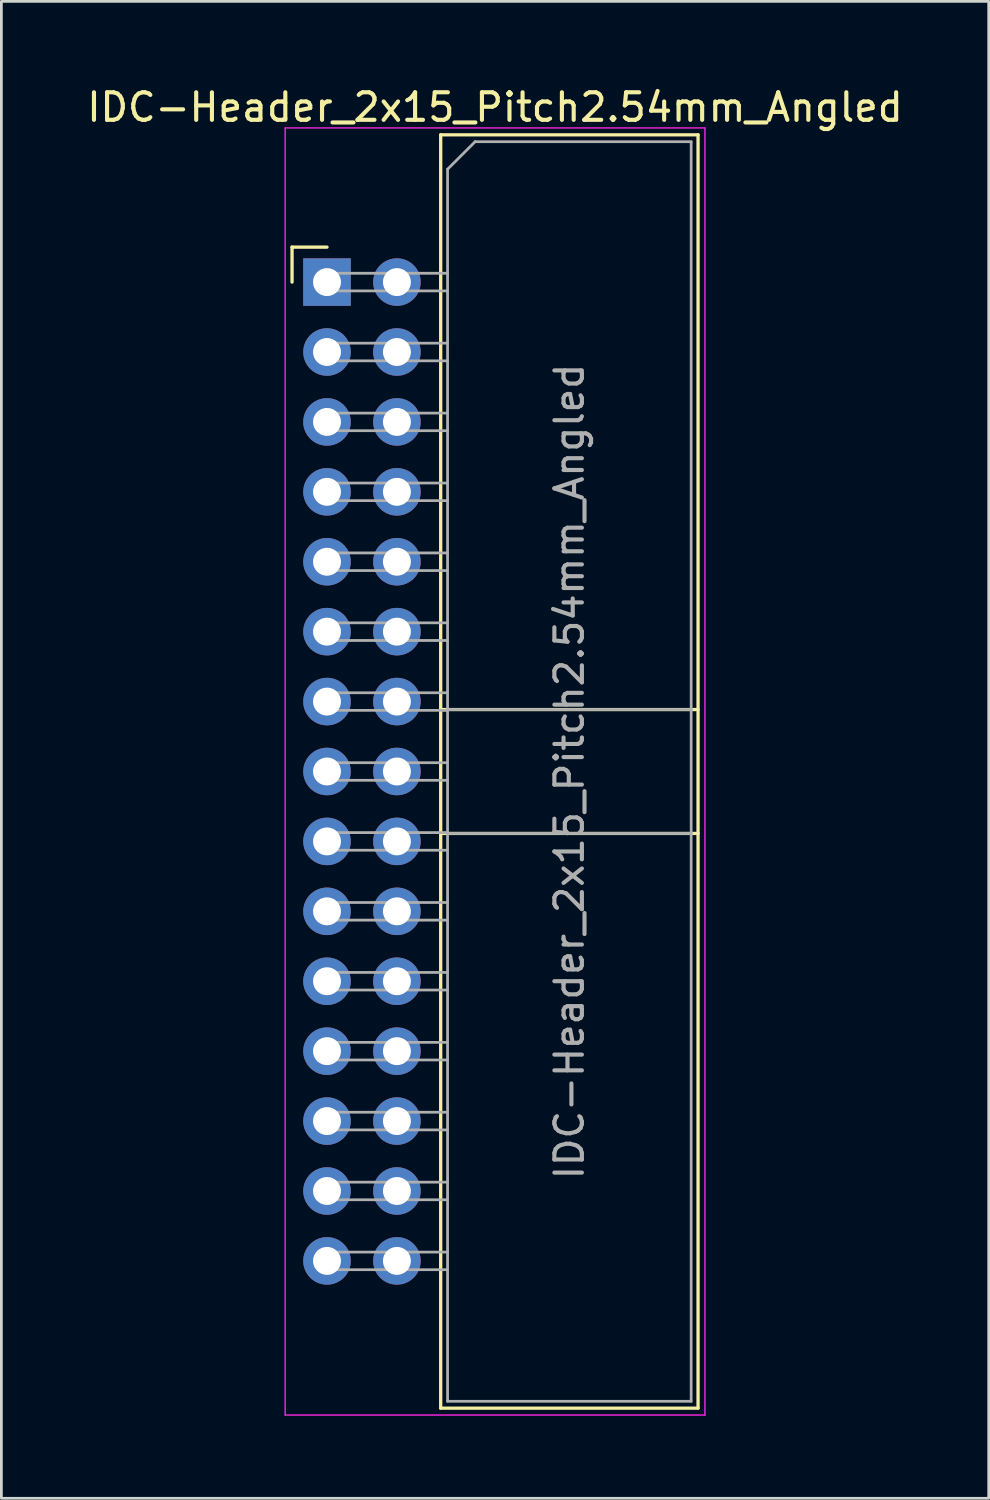
<source format=kicad_pcb>
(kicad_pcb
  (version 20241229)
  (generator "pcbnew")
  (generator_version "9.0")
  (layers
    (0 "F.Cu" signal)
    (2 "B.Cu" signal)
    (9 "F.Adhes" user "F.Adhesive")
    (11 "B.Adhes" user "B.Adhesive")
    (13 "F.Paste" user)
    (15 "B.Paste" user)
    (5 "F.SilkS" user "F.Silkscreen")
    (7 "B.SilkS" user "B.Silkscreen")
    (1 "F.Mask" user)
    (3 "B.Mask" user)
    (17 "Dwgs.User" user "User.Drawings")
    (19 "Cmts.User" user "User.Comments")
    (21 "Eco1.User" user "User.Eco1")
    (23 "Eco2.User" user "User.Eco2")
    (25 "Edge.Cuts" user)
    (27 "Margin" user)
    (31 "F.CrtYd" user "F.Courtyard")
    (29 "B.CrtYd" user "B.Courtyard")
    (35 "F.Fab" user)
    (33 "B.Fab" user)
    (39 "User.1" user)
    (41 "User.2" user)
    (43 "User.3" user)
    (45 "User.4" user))
  (footprint "IDC-Header_2x15_Pitch2.54mm_Angled"
    (layer "F.Cu")
    (at 8.83 7.198)
    (property "Reference" "IDC-Header_2x15_Pitch2.54mm_Angled" (at 6.105 -6.35 0) (layer "F.SilkS") (effects (font (size 1 1) (thickness 0.15))))
    (attr through_hole)
    (fp_line (start -1.27 -1.27) (end -1.27 0) (stroke (width 0.12) (type solid)) (layer "F.SilkS"))
    (fp_line (start 0 -1.27) (end -1.27 -1.27) (stroke (width 0.12) (type solid)) (layer "F.SilkS"))
    (fp_line (start 4.13 -5.35) (end 13.48 -5.35) (stroke (width 0.12) (type solid)) (layer "F.SilkS"))
    (fp_line (start 4.13 15.53) (end 13.48 15.53) (stroke (width 0.12) (type solid)) (layer "F.SilkS"))
    (fp_line (start 4.13 20.03) (end 13.48 20.03) (stroke (width 0.12) (type solid)) (layer "F.SilkS"))
    (fp_line (start 4.13 40.91) (end 4.13 -5.35) (stroke (width 0.12) (type solid)) (layer "F.SilkS"))
    (fp_line (start 4.13 40.91) (end 13.48 40.91) (stroke (width 0.12) (type solid)) (layer "F.SilkS"))
    (fp_line (start 13.48 -5.35) (end 13.48 40.91) (stroke (width 0.12) (type solid)) (layer "F.SilkS"))
    (fp_line (start -1.52 -5.6) (end 13.73 -5.6) (stroke (width 0.05) (type solid)) (layer "F.CrtYd"))
    (fp_line (start -1.52 41.16) (end -1.52 -5.6) (stroke (width 0.05) (type solid)) (layer "F.CrtYd"))
    (fp_line (start 13.73 -5.6) (end 13.73 41.16) (stroke (width 0.05) (type solid)) (layer "F.CrtYd"))
    (fp_line (start 13.73 41.16) (end -1.52 41.16) (stroke (width 0.05) (type solid)) (layer "F.CrtYd"))
    (fp_line (start -0.32 -0.32) (end -0.32 0.32) (stroke (width 0.1) (type solid)) (layer "F.Fab"))
    (fp_line (start -0.32 0.32) (end 4.38 0.32) (stroke (width 0.1) (type solid)) (layer "F.Fab"))
    (fp_line (start -0.32 2.22) (end -0.32 2.86) (stroke (width 0.1) (type solid)) (layer "F.Fab"))
    (fp_line (start -0.32 2.86) (end 4.38 2.86) (stroke (width 0.1) (type solid)) (layer "F.Fab"))
    (fp_line (start -0.32 4.76) (end -0.32 5.4) (stroke (width 0.1) (type solid)) (layer "F.Fab"))
    (fp_line (start -0.32 5.4) (end 4.38 5.4) (stroke (width 0.1) (type solid)) (layer "F.Fab"))
    (fp_line (start -0.32 7.3) (end -0.32 7.94) (stroke (width 0.1) (type solid)) (layer "F.Fab"))
    (fp_line (start -0.32 7.94) (end 4.38 7.94) (stroke (width 0.1) (type solid)) (layer "F.Fab"))
    (fp_line (start -0.32 9.84) (end -0.32 10.48) (stroke (width 0.1) (type solid)) (layer "F.Fab"))
    (fp_line (start -0.32 10.48) (end 4.38 10.48) (stroke (width 0.1) (type solid)) (layer "F.Fab"))
    (fp_line (start -0.32 12.38) (end -0.32 13.02) (stroke (width 0.1) (type solid)) (layer "F.Fab"))
    (fp_line (start -0.32 13.02) (end 4.38 13.02) (stroke (width 0.1) (type solid)) (layer "F.Fab"))
    (fp_line (start -0.32 14.92) (end -0.32 15.56) (stroke (width 0.1) (type solid)) (layer "F.Fab"))
    (fp_line (start -0.32 15.56) (end 4.38 15.56) (stroke (width 0.1) (type solid)) (layer "F.Fab"))
    (fp_line (start -0.32 17.46) (end -0.32 18.1) (stroke (width 0.1) (type solid)) (layer "F.Fab"))
    (fp_line (start -0.32 18.1) (end 4.38 18.1) (stroke (width 0.1) (type solid)) (layer "F.Fab"))
    (fp_line (start -0.32 20) (end -0.32 20.64) (stroke (width 0.1) (type solid)) (layer "F.Fab"))
    (fp_line (start -0.32 20.64) (end 4.38 20.64) (stroke (width 0.1) (type solid)) (layer "F.Fab"))
    (fp_line (start -0.32 22.54) (end -0.32 23.18) (stroke (width 0.1) (type solid)) (layer "F.Fab"))
    (fp_line (start -0.32 23.18) (end 4.38 23.18) (stroke (width 0.1) (type solid)) (layer "F.Fab"))
    (fp_line (start -0.32 25.08) (end -0.32 25.72) (stroke (width 0.1) (type solid)) (layer "F.Fab"))
    (fp_line (start -0.32 25.72) (end 4.38 25.72) (stroke (width 0.1) (type solid)) (layer "F.Fab"))
    (fp_line (start -0.32 27.62) (end -0.32 28.26) (stroke (width 0.1) (type solid)) (layer "F.Fab"))
    (fp_line (start -0.32 28.26) (end 4.38 28.26) (stroke (width 0.1) (type solid)) (layer "F.Fab"))
    (fp_line (start -0.32 30.16) (end -0.32 30.8) (stroke (width 0.1) (type solid)) (layer "F.Fab"))
    (fp_line (start -0.32 30.8) (end 4.38 30.8) (stroke (width 0.1) (type solid)) (layer "F.Fab"))
    (fp_line (start -0.32 32.7) (end -0.32 33.34) (stroke (width 0.1) (type solid)) (layer "F.Fab"))
    (fp_line (start -0.32 33.34) (end 4.38 33.34) (stroke (width 0.1) (type solid)) (layer "F.Fab"))
    (fp_line (start -0.32 35.24) (end -0.32 35.88) (stroke (width 0.1) (type solid)) (layer "F.Fab"))
    (fp_line (start -0.32 35.88) (end 4.38 35.88) (stroke (width 0.1) (type solid)) (layer "F.Fab"))
    (fp_line (start 4.38 -4.1) (end 5.38 -5.1) (stroke (width 0.1) (type solid)) (layer "F.Fab"))
    (fp_line (start 4.38 -0.32) (end -0.32 -0.32) (stroke (width 0.1) (type solid)) (layer "F.Fab"))
    (fp_line (start 4.38 2.22) (end -0.32 2.22) (stroke (width 0.1) (type solid)) (layer "F.Fab"))
    (fp_line (start 4.38 4.76) (end -0.32 4.76) (stroke (width 0.1) (type solid)) (layer "F.Fab"))
    (fp_line (start 4.38 7.3) (end -0.32 7.3) (stroke (width 0.1) (type solid)) (layer "F.Fab"))
    (fp_line (start 4.38 9.84) (end -0.32 9.84) (stroke (width 0.1) (type solid)) (layer "F.Fab"))
    (fp_line (start 4.38 12.38) (end -0.32 12.38) (stroke (width 0.1) (type solid)) (layer "F.Fab"))
    (fp_line (start 4.38 14.92) (end -0.32 14.92) (stroke (width 0.1) (type solid)) (layer "F.Fab"))
    (fp_line (start 4.38 15.53) (end 13.23 15.53) (stroke (width 0.1) (type solid)) (layer "F.Fab"))
    (fp_line (start 4.38 17.46) (end -0.32 17.46) (stroke (width 0.1) (type solid)) (layer "F.Fab"))
    (fp_line (start 4.38 20) (end -0.32 20) (stroke (width 0.1) (type solid)) (layer "F.Fab"))
    (fp_line (start 4.38 20.03) (end 13.23 20.03) (stroke (width 0.1) (type solid)) (layer "F.Fab"))
    (fp_line (start 4.38 22.54) (end -0.32 22.54) (stroke (width 0.1) (type solid)) (layer "F.Fab"))
    (fp_line (start 4.38 25.08) (end -0.32 25.08) (stroke (width 0.1) (type solid)) (layer "F.Fab"))
    (fp_line (start 4.38 27.62) (end -0.32 27.62) (stroke (width 0.1) (type solid)) (layer "F.Fab"))
    (fp_line (start 4.38 30.16) (end -0.32 30.16) (stroke (width 0.1) (type solid)) (layer "F.Fab"))
    (fp_line (start 4.38 32.7) (end -0.32 32.7) (stroke (width 0.1) (type solid)) (layer "F.Fab"))
    (fp_line (start 4.38 35.24) (end -0.32 35.24) (stroke (width 0.1) (type solid)) (layer "F.Fab"))
    (fp_line (start 4.38 40.66) (end 4.38 -4.1) (stroke (width 0.1) (type solid)) (layer "F.Fab"))
    (fp_line (start 4.38 40.66) (end 13.23 40.66) (stroke (width 0.1) (type solid)) (layer "F.Fab"))
    (fp_line (start 5.38 -5.1) (end 13.23 -5.1) (stroke (width 0.1) (type solid)) (layer "F.Fab"))
    (fp_line (start 13.23 40.66) (end 13.23 -5.1) (stroke (width 0.1) (type solid)) (layer "F.Fab"))
    (fp_text user "${REFERENCE}" (at 8.805 17.78 90) (layer "F.Fab") (effects (font (size 1 1) (thickness 0.15))))
    (pad "1" thru_hole rect (at 0 0) (size 1.727 1.727) (drill 1.016) (layers "*.Cu" "*.Mask"))
    (pad "2" thru_hole oval (at 2.54 0) (size 1.727 1.727) (drill 1.016) (layers "*.Cu" "*.Mask"))
    (pad "3" thru_hole oval (at 0 2.54) (size 1.727 1.727) (drill 1.016) (layers "*.Cu" "*.Mask"))
    (pad "4" thru_hole oval (at 2.54 2.54) (size 1.727 1.727) (drill 1.016) (layers "*.Cu" "*.Mask"))
    (pad "5" thru_hole oval (at 0 5.08) (size 1.727 1.727) (drill 1.016) (layers "*.Cu" "*.Mask"))
    (pad "6" thru_hole oval (at 2.54 5.08) (size 1.727 1.727) (drill 1.016) (layers "*.Cu" "*.Mask"))
    (pad "7" thru_hole oval (at 0 7.62) (size 1.727 1.727) (drill 1.016) (layers "*.Cu" "*.Mask"))
    (pad "8" thru_hole oval (at 2.54 7.62) (size 1.727 1.727) (drill 1.016) (layers "*.Cu" "*.Mask"))
    (pad "9" thru_hole oval (at 0 10.16) (size 1.727 1.727) (drill 1.016) (layers "*.Cu" "*.Mask"))
    (pad "10" thru_hole oval (at 2.54 10.16) (size 1.727 1.727) (drill 1.016) (layers "*.Cu" "*.Mask"))
    (pad "11" thru_hole oval (at 0 12.7) (size 1.727 1.727) (drill 1.016) (layers "*.Cu" "*.Mask"))
    (pad "12" thru_hole oval (at 2.54 12.7) (size 1.727 1.727) (drill 1.016) (layers "*.Cu" "*.Mask"))
    (pad "13" thru_hole oval (at 0 15.24) (size 1.727 1.727) (drill 1.016) (layers "*.Cu" "*.Mask"))
    (pad "14" thru_hole oval (at 2.54 15.24) (size 1.727 1.727) (drill 1.016) (layers "*.Cu" "*.Mask"))
    (pad "15" thru_hole oval (at 0 17.78) (size 1.727 1.727) (drill 1.016) (layers "*.Cu" "*.Mask"))
    (pad "16" thru_hole oval (at 2.54 17.78) (size 1.727 1.727) (drill 1.016) (layers "*.Cu" "*.Mask"))
    (pad "17" thru_hole oval (at 0 20.32) (size 1.727 1.727) (drill 1.016) (layers "*.Cu" "*.Mask"))
    (pad "18" thru_hole oval (at 2.54 20.32) (size 1.727 1.727) (drill 1.016) (layers "*.Cu" "*.Mask"))
    (pad "19" thru_hole oval (at 0 22.86) (size 1.727 1.727) (drill 1.016) (layers "*.Cu" "*.Mask"))
    (pad "20" thru_hole oval (at 2.54 22.86) (size 1.727 1.727) (drill 1.016) (layers "*.Cu" "*.Mask"))
    (pad "21" thru_hole oval (at 0 25.4) (size 1.727 1.727) (drill 1.016) (layers "*.Cu" "*.Mask"))
    (pad "22" thru_hole oval (at 2.54 25.4) (size 1.727 1.727) (drill 1.016) (layers "*.Cu" "*.Mask"))
    (pad "23" thru_hole oval (at 0 27.94) (size 1.727 1.727) (drill 1.016) (layers "*.Cu" "*.Mask"))
    (pad "24" thru_hole oval (at 2.54 27.94) (size 1.727 1.727) (drill 1.016) (layers "*.Cu" "*.Mask"))
    (pad "25" thru_hole oval (at 0 30.48) (size 1.727 1.727) (drill 1.016) (layers "*.Cu" "*.Mask"))
    (pad "26" thru_hole oval (at 2.54 30.48) (size 1.727 1.727) (drill 1.016) (layers "*.Cu" "*.Mask"))
    (pad "27" thru_hole oval (at 0 33.02) (size 1.727 1.727) (drill 1.016) (layers "*.Cu" "*.Mask"))
    (pad "28" thru_hole oval (at 2.54 33.02) (size 1.727 1.727) (drill 1.016) (layers "*.Cu" "*.Mask"))
    (pad "29" thru_hole oval (at 0 35.56) (size 1.727 1.727) (drill 1.016) (layers "*.Cu" "*.Mask"))
    (pad "30" thru_hole oval (at 2.54 35.56) (size 1.727 1.727) (drill 1.016) (layers "*.Cu" "*.Mask")))
  (gr_rect
    (start -3 -3)
    (end 32.869 51.383)
    (stroke (width 0.1) (type default))
    (fill no)
    (layer "Edge.Cuts")))
</source>
